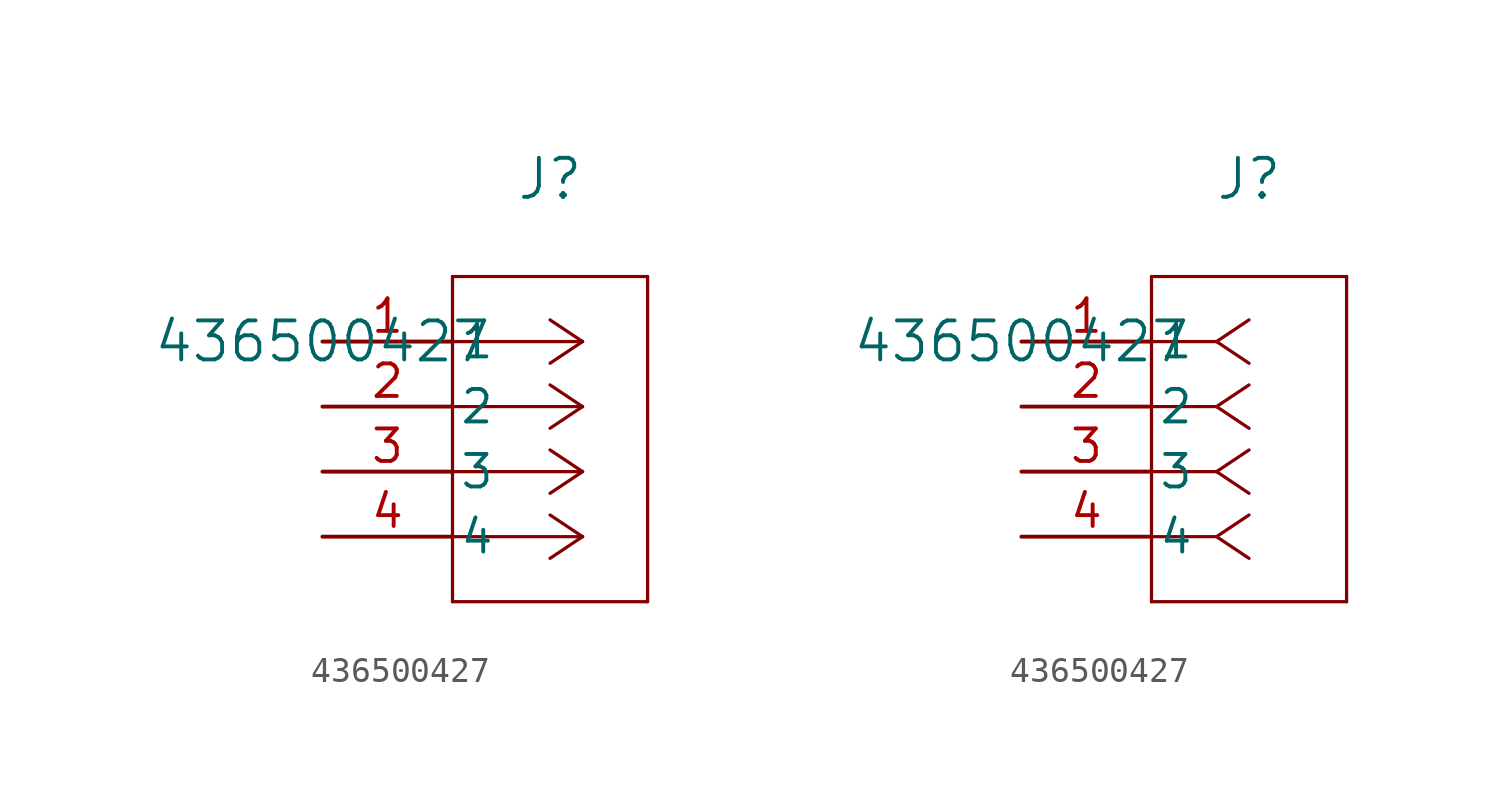
<source format=kicad_sym>
(kicad_symbol_lib
  (version 20211014)
  (generator kicad_symbol_editor)
  (symbol "436500427"
    (pin_names
      (offset 0.254))
    (property "Reference" "J"
      (at 8.89 6.35 0)
      (effects (font (size 1.524 1.524))))
    (property "Value" "436500427"
      (at 0 0 0)
      (effects (font (size 1.524 1.524))))
    (symbol "436500427_1_1"
      (polyline (pts (xy 10.16 0) (xy 5.08 0)) (stroke (width 0.127) (type default) (color 0 0 0 0)) (fill (type none)))
      (polyline (pts (xy 10.16 -2.54) (xy 5.08 -2.54)) (stroke (width 0.127) (type default) (color 0 0 0 0)) (fill (type none)))
      (polyline (pts (xy 10.16 -5.08) (xy 5.08 -5.08)) (stroke (width 0.127) (type default) (color 0 0 0 0)) (fill (type none)))
      (polyline (pts (xy 10.16 -7.62) (xy 5.08 -7.62)) (stroke (width 0.127) (type default) (color 0 0 0 0)) (fill (type none)))
      (polyline (pts (xy 10.16 0) (xy 8.89 0.847)) (stroke (width 0.127) (type default) (color 0 0 0 0)) (fill (type none)))
      (polyline (pts (xy 10.16 -2.54) (xy 8.89 -1.693)) (stroke (width 0.127) (type default) (color 0 0 0 0)) (fill (type none)))
      (polyline (pts (xy 10.16 -5.08) (xy 8.89 -4.233)) (stroke (width 0.127) (type default) (color 0 0 0 0)) (fill (type none)))
      (polyline (pts (xy 10.16 -7.62) (xy 8.89 -6.773)) (stroke (width 0.127) (type default) (color 0 0 0 0)) (fill (type none)))
      (polyline (pts (xy 10.16 0) (xy 8.89 -0.847)) (stroke (width 0.127) (type default) (color 0 0 0 0)) (fill (type none)))
      (polyline (pts (xy 10.16 -2.54) (xy 8.89 -3.387)) (stroke (width 0.127) (type default) (color 0 0 0 0)) (fill (type none)))
      (polyline (pts (xy 10.16 -5.08) (xy 8.89 -5.927)) (stroke (width 0.127) (type default) (color 0 0 0 0)) (fill (type none)))
      (polyline (pts (xy 10.16 -7.62) (xy 8.89 -8.467)) (stroke (width 0.127) (type default) (color 0 0 0 0)) (fill (type none)))
      (polyline (pts (xy 5.08 2.54) (xy 5.08 -10.16)) (stroke (width 0.127) (type default) (color 0 0 0 0)) (fill (type none)))
      (polyline (pts (xy 5.08 -10.16) (xy 12.7 -10.16)) (stroke (width 0.127) (type default) (color 0 0 0 0)) (fill (type none)))
      (polyline (pts (xy 12.7 -10.16) (xy 12.7 2.54)) (stroke (width 0.127) (type default) (color 0 0 0 0)) (fill (type none)))
      (polyline (pts (xy 12.7 2.54) (xy 5.08 2.54)) (stroke (width 0.127) (type default) (color 0 0 0 0)) (fill (type none)))
      (pin unspecified line (at 0 0 0) (length 5.08) (name "1" (effects (font (size 1.27 1.27)))) (number "1" (effects (font (size 1.27 1.27)))))
      (pin unspecified line (at 0 -2.54 0) (length 5.08) (name "2" (effects (font (size 1.27 1.27)))) (number "2" (effects (font (size 1.27 1.27)))))
      (pin unspecified line (at 0 -5.08 0) (length 5.08) (name "3" (effects (font (size 1.27 1.27)))) (number "3" (effects (font (size 1.27 1.27)))))
      (pin unspecified line (at 0 -7.62 0) (length 5.08) (name "4" (effects (font (size 1.27 1.27)))) (number "4" (effects (font (size 1.27 1.27))))))
    (symbol "436500427_1_2"
      (polyline (pts (xy 7.62 0) (xy 5.08 0)) (stroke (width 0.127) (type default) (color 0 0 0 0)) (fill (type none)))
      (polyline (pts (xy 7.62 -2.54) (xy 5.08 -2.54)) (stroke (width 0.127) (type default) (color 0 0 0 0)) (fill (type none)))
      (polyline (pts (xy 7.62 -5.08) (xy 5.08 -5.08)) (stroke (width 0.127) (type default) (color 0 0 0 0)) (fill (type none)))
      (polyline (pts (xy 7.62 -7.62) (xy 5.08 -7.62)) (stroke (width 0.127) (type default) (color 0 0 0 0)) (fill (type none)))
      (polyline (pts (xy 7.62 0) (xy 8.89 0.847)) (stroke (width 0.127) (type default) (color 0 0 0 0)) (fill (type none)))
      (polyline (pts (xy 7.62 -2.54) (xy 8.89 -1.693)) (stroke (width 0.127) (type default) (color 0 0 0 0)) (fill (type none)))
      (polyline (pts (xy 7.62 -5.08) (xy 8.89 -4.233)) (stroke (width 0.127) (type default) (color 0 0 0 0)) (fill (type none)))
      (polyline (pts (xy 7.62 -7.62) (xy 8.89 -6.773)) (stroke (width 0.127) (type default) (color 0 0 0 0)) (fill (type none)))
      (polyline (pts (xy 7.62 0) (xy 8.89 -0.847)) (stroke (width 0.127) (type default) (color 0 0 0 0)) (fill (type none)))
      (polyline (pts (xy 7.62 -2.54) (xy 8.89 -3.387)) (stroke (width 0.127) (type default) (color 0 0 0 0)) (fill (type none)))
      (polyline (pts (xy 7.62 -5.08) (xy 8.89 -5.927)) (stroke (width 0.127) (type default) (color 0 0 0 0)) (fill (type none)))
      (polyline (pts (xy 7.62 -7.62) (xy 8.89 -8.467)) (stroke (width 0.127) (type default) (color 0 0 0 0)) (fill (type none)))
      (polyline (pts (xy 5.08 2.54) (xy 5.08 -10.16)) (stroke (width 0.127) (type default) (color 0 0 0 0)) (fill (type none)))
      (polyline (pts (xy 5.08 -10.16) (xy 12.7 -10.16)) (stroke (width 0.127) (type default) (color 0 0 0 0)) (fill (type none)))
      (polyline (pts (xy 12.7 -10.16) (xy 12.7 2.54)) (stroke (width 0.127) (type default) (color 0 0 0 0)) (fill (type none)))
      (polyline (pts (xy 12.7 2.54) (xy 5.08 2.54)) (stroke (width 0.127) (type default) (color 0 0 0 0)) (fill (type none)))
      (pin unspecified line (at 0 0 0) (length 5.08) (name "1" (effects (font (size 1.27 1.27)))) (number "1" (effects (font (size 1.27 1.27)))))
      (pin unspecified line (at 0 -2.54 0) (length 5.08) (name "2" (effects (font (size 1.27 1.27)))) (number "2" (effects (font (size 1.27 1.27)))))
      (pin unspecified line (at 0 -5.08 0) (length 5.08) (name "3" (effects (font (size 1.27 1.27)))) (number "3" (effects (font (size 1.27 1.27)))))
      (pin unspecified line (at 0 -7.62 0) (length 5.08) (name "4" (effects (font (size 1.27 1.27)))) (number "4" (effects (font (size 1.27 1.27))))))))
</source>
